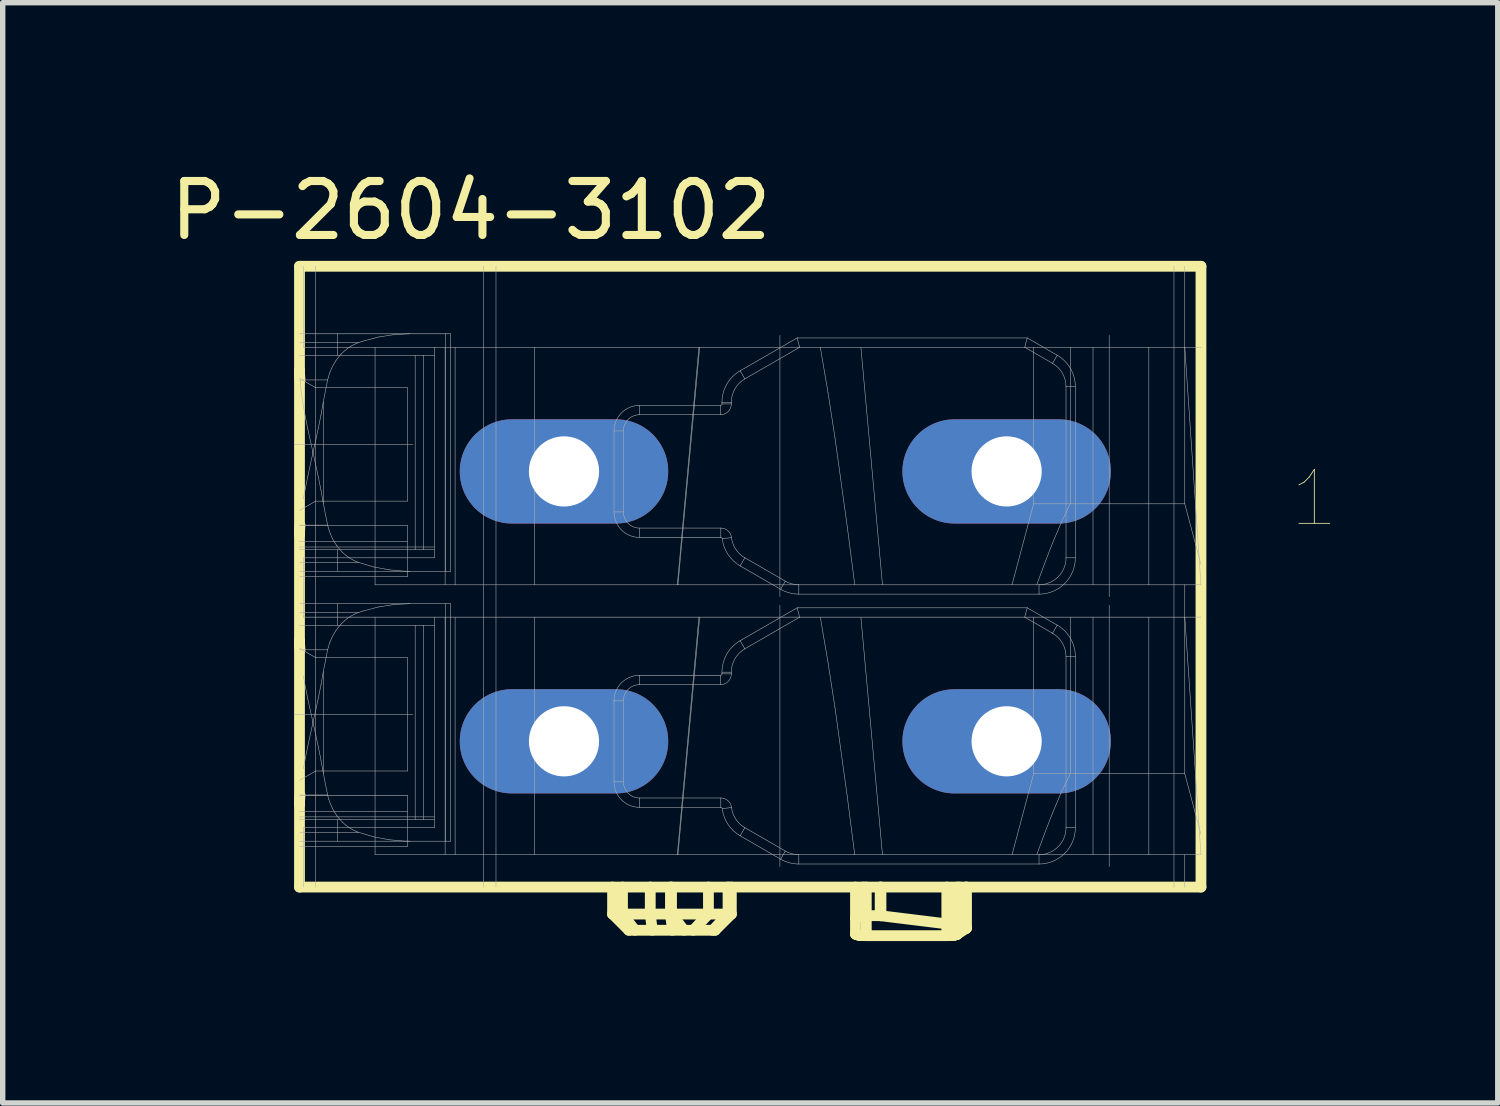
<source format=kicad_pcb>
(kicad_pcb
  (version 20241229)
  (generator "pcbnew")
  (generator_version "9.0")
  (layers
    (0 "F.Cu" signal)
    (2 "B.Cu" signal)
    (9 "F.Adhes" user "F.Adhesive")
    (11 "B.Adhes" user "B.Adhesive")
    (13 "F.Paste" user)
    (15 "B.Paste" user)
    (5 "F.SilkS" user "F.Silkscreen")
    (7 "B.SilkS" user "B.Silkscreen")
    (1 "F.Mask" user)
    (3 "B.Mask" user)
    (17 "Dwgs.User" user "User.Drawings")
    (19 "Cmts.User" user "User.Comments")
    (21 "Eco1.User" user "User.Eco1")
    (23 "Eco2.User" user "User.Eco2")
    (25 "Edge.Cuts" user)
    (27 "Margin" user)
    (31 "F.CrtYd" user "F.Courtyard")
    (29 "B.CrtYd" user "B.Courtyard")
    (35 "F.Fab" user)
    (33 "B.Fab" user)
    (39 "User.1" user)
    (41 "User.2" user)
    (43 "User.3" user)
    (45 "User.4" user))
  (footprint "P-2604-3102"
    (layer "F.Cu")
    (at 15.598 3.383)
    (property "Reference" "P-2604-3102" (at -9.925 -2.535 0) (layer "F.SilkS") (effects (font (size 1 1) (thickness 0.15))))
    (attr through_hole)
    (fp_line (start -13.1 -1.5) (end -13.1 0.433) (stroke (width 0.2) (type solid)) (layer "F.SilkS"))
    (fp_line (start -13.1 0.433) (end -13.1 3.467) (stroke (width 0.2) (type solid)) (layer "F.SilkS"))
    (fp_line (start -13.1 3.467) (end -13.1 5.433) (stroke (width 0.2) (type solid)) (layer "F.SilkS"))
    (fp_line (start -13.1 3.467) (end -13.097 3.383) (stroke (width 0.2) (type solid)) (layer "F.SilkS"))
    (fp_line (start -13.1 3.9) (end -13.03 3.9) (stroke (width 0.01) (type solid)) (layer "F.SilkS"))
    (fp_line (start -13.1 5.433) (end -13.1 8.467) (stroke (width 0.2) (type solid)) (layer "F.SilkS"))
    (fp_line (start -13.1 8.467) (end -13.1 10) (stroke (width 0.2) (type solid)) (layer "F.SilkS"))
    (fp_line (start -13.1 8.467) (end -13.097 8.383) (stroke (width 0.2) (type solid)) (layer "F.SilkS"))
    (fp_line (start -13.1 8.9) (end -13.03 8.9) (stroke (width 0.01) (type solid)) (layer "F.SilkS"))
    (fp_line (start -13.097 0.518) (end -13.1 0.433) (stroke (width 0.2) (type solid)) (layer "F.SilkS"))
    (fp_line (start -13.097 3.383) (end -13.091 3.295) (stroke (width 0.2) (type solid)) (layer "F.SilkS"))
    (fp_line (start -13.097 5.518) (end -13.1 5.433) (stroke (width 0.2) (type solid)) (layer "F.SilkS"))
    (fp_line (start -13.097 8.383) (end -13.091 8.295) (stroke (width 0.2) (type solid)) (layer "F.SilkS"))
    (fp_line (start -13.091 0.605) (end -13.097 0.518) (stroke (width 0.2) (type solid)) (layer "F.SilkS"))
    (fp_line (start -13.091 3.295) (end -13.066 3.054) (stroke (width 0.01) (type solid)) (layer "F.SilkS"))
    (fp_line (start -13.091 5.605) (end -13.097 5.518) (stroke (width 0.2) (type solid)) (layer "F.SilkS"))
    (fp_line (start -13.091 8.295) (end -13.066 8.054) (stroke (width 0.01) (type solid)) (layer "F.SilkS"))
    (fp_line (start -13.066 3.054) (end -13.028 2.81) (stroke (width 0.01) (type solid)) (layer "F.SilkS"))
    (fp_line (start -13.066 8.054) (end -13.028 7.81) (stroke (width 0.01) (type solid)) (layer "F.SilkS"))
    (fp_line (start -13.065 5.847) (end -13.091 5.605) (stroke (width 0.01) (type solid)) (layer "F.SilkS"))
    (fp_line (start -13.03 0) (end -13.1 0) (stroke (width 0.01) (type solid)) (layer "F.SilkS"))
    (fp_line (start -13.03 5) (end -13.1 5) (stroke (width 0.01) (type solid)) (layer "F.SilkS"))
    (fp_line (start -13.028 6.09) (end -13.065 5.847) (stroke (width 0.01) (type solid)) (layer "F.SilkS"))
    (fp_line (start -7.3 10) (end -7.3 10.5) (stroke (width 0.2) (type solid)) (layer "F.SilkS"))
    (fp_line (start -7.3 10.5) (end -7 10.8) (stroke (width 0.2) (type solid)) (layer "F.SilkS"))
    (fp_line (start -7.116 10.5) (end -7.116 10) (stroke (width 0.2) (type solid)) (layer "F.SilkS"))
    (fp_line (start -6.885 10.8) (end -7.116 10.5) (stroke (width 0.2) (type solid)) (layer "F.SilkS"))
    (fp_line (start -6.602 10.5) (end -6.602 10) (stroke (width 0.2) (type solid)) (layer "F.SilkS"))
    (fp_line (start -6.564 10.8) (end -6.602 10.5) (stroke (width 0.2) (type solid)) (layer "F.SilkS"))
    (fp_line (start -6.228 10.5) (end -6.228 10) (stroke (width 0.2) (type solid)) (layer "F.SilkS"))
    (fp_line (start -6.208 10.5) (end -6.208 10) (stroke (width 0.2) (type solid)) (layer "F.SilkS"))
    (fp_line (start -6.19 10.8) (end -6.228 10.5) (stroke (width 0.2) (type solid)) (layer "F.SilkS"))
    (fp_line (start -5.977 10.8) (end -6.208 10.5) (stroke (width 0.2) (type solid)) (layer "F.SilkS"))
    (fp_line (start -5.806 10.8) (end -5.524 10.5) (stroke (width 0.2) (type solid)) (layer "F.SilkS"))
    (fp_line (start -5.524 10.5) (end -5.524 10) (stroke (width 0.2) (type solid)) (layer "F.SilkS"))
    (fp_line (start -5.443 10.8) (end -5.161 10.5) (stroke (width 0.2) (type solid)) (layer "F.SilkS"))
    (fp_line (start -5.4 10.8) (end -7 10.8) (stroke (width 0.2) (type solid)) (layer "F.SilkS"))
    (fp_line (start -5.4 10.8) (end -5.1 10.5) (stroke (width 0.2) (type solid)) (layer "F.SilkS"))
    (fp_line (start -5.161 10.5) (end -5.161 10) (stroke (width 0.2) (type solid)) (layer "F.SilkS"))
    (fp_line (start -5.1 10.5) (end -7.3 10.5) (stroke (width 0.2) (type solid)) (layer "F.SilkS"))
    (fp_line (start -5.1 10.5) (end -5.1 10) (stroke (width 0.2) (type solid)) (layer "F.SilkS"))
    (fp_line (start -2.8 10.575) (end -2.8 10) (stroke (width 0.2) (type solid)) (layer "F.SilkS"))
    (fp_line (start -2.8 10.575) (end -2.799 10.57) (stroke (width 0.2) (type solid)) (layer "F.SilkS"))
    (fp_line (start -2.8 10.865) (end -2.8 10.575) (stroke (width 0.2) (type solid)) (layer "F.SilkS"))
    (fp_line (start -2.799 10.868) (end -2.8 10.865) (stroke (width 0.2) (type solid)) (layer "F.SilkS"))
    (fp_line (start -2.799 10.57) (end -2.795 10.566) (stroke (width 0.2) (type solid)) (layer "F.SilkS"))
    (fp_line (start -2.797 10.871) (end -2.799 10.868) (stroke (width 0.2) (type solid)) (layer "F.SilkS"))
    (fp_line (start -2.795 10.566) (end -2.79 10.561) (stroke (width 0.2) (type solid)) (layer "F.SilkS"))
    (fp_line (start -2.793 10.874) (end -2.797 10.871) (stroke (width 0.2) (type solid)) (layer "F.SilkS"))
    (fp_line (start -2.79 10.561) (end -2.782 10.557) (stroke (width 0.2) (type solid)) (layer "F.SilkS"))
    (fp_line (start -2.788 10.877) (end -2.793 10.874) (stroke (width 0.2) (type solid)) (layer "F.SilkS"))
    (fp_line (start -2.782 10.557) (end -2.772 10.553) (stroke (width 0.2) (type solid)) (layer "F.SilkS"))
    (fp_line (start -2.781 10.88) (end -2.788 10.877) (stroke (width 0.2) (type solid)) (layer "F.SilkS"))
    (fp_line (start -2.773 10.882) (end -2.781 10.88) (stroke (width 0.2) (type solid)) (layer "F.SilkS"))
    (fp_line (start -2.772 10.553) (end -2.76 10.548) (stroke (width 0.2) (type solid)) (layer "F.SilkS"))
    (fp_line (start -2.764 10.885) (end -2.773 10.882) (stroke (width 0.2) (type solid)) (layer "F.SilkS"))
    (fp_line (start -2.76 10.548) (end -2.746 10.544) (stroke (width 0.2) (type solid)) (layer "F.SilkS"))
    (fp_line (start -2.753 10.887) (end -2.764 10.885) (stroke (width 0.2) (type solid)) (layer "F.SilkS"))
    (fp_line (start -2.746 10.544) (end -2.73 10.541) (stroke (width 0.2) (type solid)) (layer "F.SilkS"))
    (fp_line (start -2.741 10.89) (end -2.753 10.887) (stroke (width 0.2) (type solid)) (layer "F.SilkS"))
    (fp_line (start -2.73 10.541) (end -2.712 10.537) (stroke (width 0.2) (type solid)) (layer "F.SilkS"))
    (fp_line (start -2.729 10.892) (end -2.741 10.89) (stroke (width 0.2) (type solid)) (layer "F.SilkS"))
    (fp_line (start -2.715 10.894) (end -2.729 10.892) (stroke (width 0.2) (type solid)) (layer "F.SilkS"))
    (fp_line (start -2.712 10.537) (end -2.693 10.534) (stroke (width 0.2) (type solid)) (layer "F.SilkS"))
    (fp_line (start -2.7 10.895) (end -2.715 10.894) (stroke (width 0.2) (type solid)) (layer "F.SilkS"))
    (fp_line (start -2.693 10.534) (end -2.672 10.531) (stroke (width 0.2) (type solid)) (layer "F.SilkS"))
    (fp_line (start -2.685 10.897) (end -2.7 10.895) (stroke (width 0.2) (type solid)) (layer "F.SilkS"))
    (fp_line (start -2.672 10.531) (end -2.657 10.53) (stroke (width 0.2) (type solid)) (layer "F.SilkS"))
    (fp_line (start -2.668 10.898) (end -2.685 10.897) (stroke (width 0.2) (type solid)) (layer "F.SilkS"))
    (fp_line (start -2.657 10.53) (end -2.657 10) (stroke (width 0.2) (type solid)) (layer "F.SilkS"))
    (fp_line (start -2.657 10.53) (end -2.343 10.53) (stroke (width 0.2) (type solid)) (layer "F.SilkS"))
    (fp_line (start -2.652 10.899) (end -2.668 10.898) (stroke (width 0.2) (type solid)) (layer "F.SilkS"))
    (fp_line (start -2.635 10.899) (end -2.652 10.899) (stroke (width 0.2) (type solid)) (layer "F.SilkS"))
    (fp_line (start -2.617 10.9) (end -2.635 10.899) (stroke (width 0.2) (type solid)) (layer "F.SilkS"))
    (fp_line (start -2.6 10.9) (end -2.617 10.9) (stroke (width 0.2) (type solid)) (layer "F.SilkS"))
    (fp_line (start -2.6 10.9) (end -2.6 10) (stroke (width 0.2) (type solid)) (layer "F.SilkS"))
    (fp_line (start -2.6 10.9) (end -1.108 10.9) (stroke (width 0.2) (type solid)) (layer "F.SilkS"))
    (fp_line (start -2.343 10) (end -2.343 10.53) (stroke (width 0.2) (type solid)) (layer "F.SilkS"))
    (fp_line (start -2.343 10.53) (end -0.872 10.711) (stroke (width 0.2) (type solid)) (layer "F.SilkS"))
    (fp_line (start -2.328 10.531) (end -2.328 10) (stroke (width 0.2) (type solid)) (layer "F.SilkS"))
    (fp_line (start -1.108 10.9) (end -1.108 10) (stroke (width 0.2) (type solid)) (layer "F.SilkS"))
    (fp_line (start -1.091 10.9) (end -1.108 10.9) (stroke (width 0.2) (type solid)) (layer "F.SilkS"))
    (fp_line (start -1.073 10.899) (end -1.091 10.9) (stroke (width 0.2) (type solid)) (layer "F.SilkS"))
    (fp_line (start -1.056 10.899) (end -1.073 10.899) (stroke (width 0.2) (type solid)) (layer "F.SilkS"))
    (fp_line (start -1.04 10.898) (end -1.056 10.899) (stroke (width 0.2) (type solid)) (layer "F.SilkS"))
    (fp_line (start -1.023 10.897) (end -1.04 10.898) (stroke (width 0.2) (type solid)) (layer "F.SilkS"))
    (fp_line (start -1.008 10.895) (end -1.023 10.897) (stroke (width 0.2) (type solid)) (layer "F.SilkS"))
    (fp_line (start -0.993 10.894) (end -1.008 10.895) (stroke (width 0.2) (type solid)) (layer "F.SilkS"))
    (fp_line (start -0.979 10.892) (end -0.993 10.894) (stroke (width 0.2) (type solid)) (layer "F.SilkS"))
    (fp_line (start -0.967 10.89) (end -0.979 10.892) (stroke (width 0.2) (type solid)) (layer "F.SilkS"))
    (fp_line (start -0.955 10.887) (end -0.967 10.89) (stroke (width 0.2) (type solid)) (layer "F.SilkS"))
    (fp_line (start -0.944 10.885) (end -0.955 10.887) (stroke (width 0.2) (type solid)) (layer "F.SilkS"))
    (fp_line (start -0.935 10.882) (end -0.944 10.885) (stroke (width 0.2) (type solid)) (layer "F.SilkS"))
    (fp_line (start -0.927 10.88) (end -0.935 10.882) (stroke (width 0.2) (type solid)) (layer "F.SilkS"))
    (fp_line (start -0.92 10.877) (end -0.927 10.88) (stroke (width 0.2) (type solid)) (layer "F.SilkS"))
    (fp_line (start -0.915 10.874) (end -0.92 10.877) (stroke (width 0.2) (type solid)) (layer "F.SilkS"))
    (fp_line (start -0.915 10.874) (end -0.915 10) (stroke (width 0.2) (type solid)) (layer "F.SilkS"))
    (fp_line (start -0.872 10.711) (end -0.872 10) (stroke (width 0.2) (type solid)) (layer "F.SilkS"))
    (fp_line (start -0.872 10.711) (end -0.851 10.714) (stroke (width 0.2) (type solid)) (layer "F.SilkS"))
    (fp_line (start -0.851 10.714) (end -0.832 10.717) (stroke (width 0.2) (type solid)) (layer "F.SilkS"))
    (fp_line (start -0.832 10.717) (end -0.814 10.721) (stroke (width 0.2) (type solid)) (layer "F.SilkS"))
    (fp_line (start -0.814 10.721) (end -0.798 10.724) (stroke (width 0.2) (type solid)) (layer "F.SilkS"))
    (fp_line (start -0.798 10.724) (end -0.784 10.728) (stroke (width 0.2) (type solid)) (layer "F.SilkS"))
    (fp_line (start -0.784 10.728) (end -0.772 10.732) (stroke (width 0.2) (type solid)) (layer "F.SilkS"))
    (fp_line (start -0.772 10.732) (end -0.762 10.736) (stroke (width 0.2) (type solid)) (layer "F.SilkS"))
    (fp_line (start -0.762 10.736) (end -0.754 10.741) (stroke (width 0.2) (type solid)) (layer "F.SilkS"))
    (fp_line (start -0.754 10.741) (end -0.754 10) (stroke (width 0.2) (type solid)) (layer "F.SilkS"))
    (fp_line (start -0.754 10.741) (end -0.749 10.745) (stroke (width 0.2) (type solid)) (layer "F.SilkS"))
    (fp_line (start -0.754 10.768) (end -0.915 10.874) (stroke (width 0.2) (type solid)) (layer "F.SilkS"))
    (fp_line (start -0.754 10.768) (end -0.754 10.741) (stroke (width 0.2) (type solid)) (layer "F.SilkS"))
    (fp_line (start -0.749 10.745) (end -0.745 10.75) (stroke (width 0.2) (type solid)) (layer "F.SilkS"))
    (fp_line (start -0.749 10.764) (end -0.754 10.768) (stroke (width 0.2) (type solid)) (layer "F.SilkS"))
    (fp_line (start -0.745 10.75) (end -0.744 10.755) (stroke (width 0.2) (type solid)) (layer "F.SilkS"))
    (fp_line (start -0.745 10.759) (end -0.749 10.764) (stroke (width 0.2) (type solid)) (layer "F.SilkS"))
    (fp_line (start -0.744 10.755) (end -0.745 10.759) (stroke (width 0.2) (type solid)) (layer "F.SilkS"))
    (fp_line (start -0.744 10.755) (end -0.744 10) (stroke (width 0.2) (type solid)) (layer "F.SilkS"))
    (fp_line (start 3.6 -1.5) (end -13.1 -1.5) (stroke (width 0.2) (type solid)) (layer "F.SilkS"))
    (fp_line (start 3.6 10) (end -13.1 10) (stroke (width 0.2) (type solid)) (layer "F.SilkS"))
    (fp_line (start 3.6 10) (end 3.6 -1.5) (stroke (width 0.2) (type solid)) (layer "F.SilkS"))
    (fp_line (start -13.2 1.8) (end -11 1.8) (stroke (width 0.01) (type solid)) (layer "F.Fab"))
    (fp_line (start -13.2 6.8) (end -11 6.8) (stroke (width 0.01) (type solid)) (layer "F.Fab"))
    (fp_line (start -13.1 3.023) (end -12.8 2.85) (stroke (width 0.01) (type solid)) (layer "F.Fab"))
    (fp_line (start -13.1 4.15) (end -11.055 4.15) (stroke (width 0.01) (type solid)) (layer "F.Fab"))
    (fp_line (start -13.1 8.023) (end -12.8 7.85) (stroke (width 0.01) (type solid)) (layer "F.Fab"))
    (fp_line (start -13.1 9.15) (end -11.055 9.15) (stroke (width 0.01) (type solid)) (layer "F.Fab"))
    (fp_line (start -13.065 0.847) (end -13.091 0.605) (stroke (width 0.01) (type solid)) (layer "F.Fab"))
    (fp_line (start -13.03 0) (end -13.03 -1.5) (stroke (width 0.01) (type solid)) (layer "F.Fab"))
    (fp_line (start -13.03 3.9) (end -10.6 3.9) (stroke (width 0.01) (type solid)) (layer "F.Fab"))
    (fp_line (start -13.03 5) (end -13.03 3.9) (stroke (width 0.01) (type solid)) (layer "F.Fab"))
    (fp_line (start -13.03 8.9) (end -10.6 8.9) (stroke (width 0.01) (type solid)) (layer "F.Fab"))
    (fp_line (start -13.03 10) (end -13.03 8.9) (stroke (width 0.01) (type solid)) (layer "F.Fab"))
    (fp_line (start -13.028 1.09) (end -13.065 0.847) (stroke (width 0.01) (type solid)) (layer "F.Fab"))
    (fp_line (start -13.028 2.81) (end -12.989 2.6) (stroke (width 0.01) (type solid)) (layer "F.Fab"))
    (fp_line (start -13.028 7.81) (end -12.989 7.6) (stroke (width 0.01) (type solid)) (layer "F.Fab"))
    (fp_line (start -12.989 2.6) (end -12.946 2.389) (stroke (width 0.01) (type solid)) (layer "F.Fab"))
    (fp_line (start -12.989 7.6) (end -12.946 7.389) (stroke (width 0.01) (type solid)) (layer "F.Fab"))
    (fp_line (start -12.989 1.302) (end -13.028 1.09) (stroke (width 0.01) (type solid)) (layer "F.Fab"))
    (fp_line (start -12.989 6.302) (end -13.028 6.09) (stroke (width 0.01) (type solid)) (layer "F.Fab"))
    (fp_line (start -12.946 2.389) (end -12.853 1.964) (stroke (width 0.01) (type solid)) (layer "F.Fab"))
    (fp_line (start -12.946 7.389) (end -12.853 6.964) (stroke (width 0.01) (type solid)) (layer "F.Fab"))
    (fp_line (start -12.946 1.514) (end -12.989 1.302) (stroke (width 0.01) (type solid)) (layer "F.Fab"))
    (fp_line (start -12.946 6.514) (end -12.989 6.302) (stroke (width 0.01) (type solid)) (layer "F.Fab"))
    (fp_line (start -12.853 1.936) (end -12.946 1.514) (stroke (width 0.01) (type solid)) (layer "F.Fab"))
    (fp_line (start -12.853 1.964) (end -12.85 1.95) (stroke (width 0.01) (type solid)) (layer "F.Fab"))
    (fp_line (start -12.853 6.936) (end -12.946 6.514) (stroke (width 0.01) (type solid)) (layer "F.Fab"))
    (fp_line (start -12.853 6.964) (end -12.85 6.95) (stroke (width 0.01) (type solid)) (layer "F.Fab"))
    (fp_line (start -12.85 1.95) (end -12.853 1.936) (stroke (width 0.01) (type solid)) (layer "F.Fab"))
    (fp_line (start -12.85 1.95) (end -12.847 1.964) (stroke (width 0.01) (type solid)) (layer "F.Fab"))
    (fp_line (start -12.85 6.95) (end -12.853 6.936) (stroke (width 0.01) (type solid)) (layer "F.Fab"))
    (fp_line (start -12.85 6.95) (end -12.847 6.964) (stroke (width 0.01) (type solid)) (layer "F.Fab"))
    (fp_line (start -12.847 1.936) (end -12.85 1.95) (stroke (width 0.01) (type solid)) (layer "F.Fab"))
    (fp_line (start -12.847 1.964) (end -12.798 2.184) (stroke (width 0.01) (type solid)) (layer "F.Fab"))
    (fp_line (start -12.847 6.936) (end -12.85 6.95) (stroke (width 0.01) (type solid)) (layer "F.Fab"))
    (fp_line (start -12.847 6.964) (end -12.798 7.184) (stroke (width 0.01) (type solid)) (layer "F.Fab"))
    (fp_line (start -12.8 0.75) (end -13.1 0.577) (stroke (width 0.01) (type solid)) (layer "F.Fab"))
    (fp_line (start -12.8 0.75) (end -12.8 -1.5) (stroke (width 0.01) (type solid)) (layer "F.Fab"))
    (fp_line (start -12.8 2.85) (end -12.8 0.75) (stroke (width 0.01) (type solid)) (layer "F.Fab"))
    (fp_line (start -12.8 2.85) (end -11.1 2.85) (stroke (width 0.01) (type solid)) (layer "F.Fab"))
    (fp_line (start -12.8 5.75) (end -13.1 5.577) (stroke (width 0.01) (type solid)) (layer "F.Fab"))
    (fp_line (start -12.8 5.75) (end -12.8 2.85) (stroke (width 0.01) (type solid)) (layer "F.Fab"))
    (fp_line (start -12.8 7.85) (end -12.8 5.75) (stroke (width 0.01) (type solid)) (layer "F.Fab"))
    (fp_line (start -12.8 7.85) (end -11.1 7.85) (stroke (width 0.01) (type solid)) (layer "F.Fab"))
    (fp_line (start -12.8 10) (end -12.8 7.85) (stroke (width 0.01) (type solid)) (layer "F.Fab"))
    (fp_line (start -12.798 1.716) (end -12.847 1.936) (stroke (width 0.01) (type solid)) (layer "F.Fab"))
    (fp_line (start -12.798 2.184) (end -12.751 2.403) (stroke (width 0.01) (type solid)) (layer "F.Fab"))
    (fp_line (start -12.798 6.716) (end -12.847 6.936) (stroke (width 0.01) (type solid)) (layer "F.Fab"))
    (fp_line (start -12.798 7.184) (end -12.751 7.403) (stroke (width 0.01) (type solid)) (layer "F.Fab"))
    (fp_line (start -12.751 1.497) (end -12.798 1.716) (stroke (width 0.01) (type solid)) (layer "F.Fab"))
    (fp_line (start -12.751 2.403) (end -12.702 2.647) (stroke (width 0.01) (type solid)) (layer "F.Fab"))
    (fp_line (start -12.751 6.497) (end -12.798 6.716) (stroke (width 0.01) (type solid)) (layer "F.Fab"))
    (fp_line (start -12.751 7.403) (end -12.702 7.647) (stroke (width 0.01) (type solid)) (layer "F.Fab"))
    (fp_line (start -12.702 2.647) (end -12.659 2.891) (stroke (width 0.01) (type solid)) (layer "F.Fab"))
    (fp_line (start -12.702 7.647) (end -12.659 7.891) (stroke (width 0.01) (type solid)) (layer "F.Fab"))
    (fp_line (start -12.701 1.252) (end -12.751 1.497) (stroke (width 0.01) (type solid)) (layer "F.Fab"))
    (fp_line (start -12.701 6.252) (end -12.751 6.497) (stroke (width 0.01) (type solid)) (layer "F.Fab"))
    (fp_line (start -12.659 1.009) (end -12.701 1.252) (stroke (width 0.01) (type solid)) (layer "F.Fab"))
    (fp_line (start -12.659 2.891) (end -12.659 1.009) (stroke (width 0.01) (type solid)) (layer "F.Fab"))
    (fp_line (start -12.659 2.891) (end -12.579 3.295) (stroke (width 0.01) (type solid)) (layer "F.Fab"))
    (fp_line (start -12.659 6.009) (end -12.701 6.252) (stroke (width 0.01) (type solid)) (layer "F.Fab"))
    (fp_line (start -12.659 7.891) (end -12.659 6.009) (stroke (width 0.01) (type solid)) (layer "F.Fab"))
    (fp_line (start -12.659 7.891) (end -12.579 8.295) (stroke (width 0.01) (type solid)) (layer "F.Fab"))
    (fp_line (start -12.579 0.605) (end -13.091 0.605) (stroke (width 0.01) (type solid)) (layer "F.Fab"))
    (fp_line (start -12.579 0.605) (end -12.659 1.009) (stroke (width 0.01) (type solid)) (layer "F.Fab"))
    (fp_line (start -12.579 3.295) (end -13.091 3.295) (stroke (width 0.01) (type solid)) (layer "F.Fab"))
    (fp_line (start -12.579 3.295) (end -12.556 3.378) (stroke (width 0.01) (type solid)) (layer "F.Fab"))
    (fp_line (start -12.579 5.605) (end -13.091 5.605) (stroke (width 0.01) (type solid)) (layer "F.Fab"))
    (fp_line (start -12.579 5.605) (end -12.659 6.009) (stroke (width 0.01) (type solid)) (layer "F.Fab"))
    (fp_line (start -12.579 8.295) (end -13.091 8.295) (stroke (width 0.01) (type solid)) (layer "F.Fab"))
    (fp_line (start -12.579 8.295) (end -12.556 8.378) (stroke (width 0.01) (type solid)) (layer "F.Fab"))
    (fp_line (start -12.566 0.556) (end -12.579 0.605) (stroke (width 0.01) (type solid)) (layer "F.Fab"))
    (fp_line (start -12.566 5.556) (end -12.579 5.605) (stroke (width 0.01) (type solid)) (layer "F.Fab"))
    (fp_line (start -12.556 3.378) (end -12.527 3.459) (stroke (width 0.01) (type solid)) (layer "F.Fab"))
    (fp_line (start -12.556 8.378) (end -12.527 8.459) (stroke (width 0.01) (type solid)) (layer "F.Fab"))
    (fp_line (start -12.54 0.475) (end -12.566 0.556) (stroke (width 0.01) (type solid)) (layer "F.Fab"))
    (fp_line (start -12.54 5.475) (end -12.566 5.556) (stroke (width 0.01) (type solid)) (layer "F.Fab"))
    (fp_line (start -12.527 3.459) (end -12.493 3.536) (stroke (width 0.01) (type solid)) (layer "F.Fab"))
    (fp_line (start -12.527 8.459) (end -12.493 8.536) (stroke (width 0.01) (type solid)) (layer "F.Fab"))
    (fp_line (start -12.508 0.397) (end -12.54 0.475) (stroke (width 0.01) (type solid)) (layer "F.Fab"))
    (fp_line (start -12.508 5.397) (end -12.54 5.475) (stroke (width 0.01) (type solid)) (layer "F.Fab"))
    (fp_line (start -12.493 3.536) (end -12.453 3.609) (stroke (width 0.01) (type solid)) (layer "F.Fab"))
    (fp_line (start -12.493 8.536) (end -12.453 8.609) (stroke (width 0.01) (type solid)) (layer "F.Fab"))
    (fp_line (start -12.47 0.322) (end -12.508 0.397) (stroke (width 0.01) (type solid)) (layer "F.Fab"))
    (fp_line (start -12.47 5.322) (end -12.508 5.397) (stroke (width 0.01) (type solid)) (layer "F.Fab"))
    (fp_line (start -12.453 3.609) (end -12.408 3.677) (stroke (width 0.01) (type solid)) (layer "F.Fab"))
    (fp_line (start -12.453 8.609) (end -12.408 8.677) (stroke (width 0.01) (type solid)) (layer "F.Fab"))
    (fp_line (start -12.427 0.251) (end -12.47 0.322) (stroke (width 0.01) (type solid)) (layer "F.Fab"))
    (fp_line (start -12.427 5.251) (end -12.47 5.322) (stroke (width 0.01) (type solid)) (layer "F.Fab"))
    (fp_line (start -12.408 3.677) (end -12.357 3.741) (stroke (width 0.01) (type solid)) (layer "F.Fab"))
    (fp_line (start -12.408 8.677) (end -12.357 8.741) (stroke (width 0.01) (type solid)) (layer "F.Fab"))
    (fp_line (start -12.394 0.15) (end -12.394 -0.25) (stroke (width 0.01) (type solid)) (layer "F.Fab"))
    (fp_line (start -12.394 4.15) (end -12.394 3.75) (stroke (width 0.01) (type solid)) (layer "F.Fab"))
    (fp_line (start -12.394 5.15) (end -12.394 4.75) (stroke (width 0.01) (type solid)) (layer "F.Fab"))
    (fp_line (start -12.394 9.15) (end -12.394 8.75) (stroke (width 0.01) (type solid)) (layer "F.Fab"))
    (fp_line (start -12.379 0.185) (end -12.427 0.251) (stroke (width 0.01) (type solid)) (layer "F.Fab"))
    (fp_line (start -12.379 5.185) (end -12.427 5.251) (stroke (width 0.01) (type solid)) (layer "F.Fab"))
    (fp_line (start -12.357 3.741) (end -12.303 3.799) (stroke (width 0.01) (type solid)) (layer "F.Fab"))
    (fp_line (start -12.357 8.741) (end -12.303 8.799) (stroke (width 0.01) (type solid)) (layer "F.Fab"))
    (fp_line (start -12.327 0.125) (end -12.379 0.185) (stroke (width 0.01) (type solid)) (layer "F.Fab"))
    (fp_line (start -12.327 5.125) (end -12.379 5.185) (stroke (width 0.01) (type solid)) (layer "F.Fab"))
    (fp_line (start -12.303 3.799) (end -12.245 3.852) (stroke (width 0.01) (type solid)) (layer "F.Fab"))
    (fp_line (start -12.303 8.799) (end -12.245 8.852) (stroke (width 0.01) (type solid)) (layer "F.Fab"))
    (fp_line (start -12.27 0.07) (end -12.327 0.125) (stroke (width 0.01) (type solid)) (layer "F.Fab"))
    (fp_line (start -12.27 5.07) (end -12.327 5.125) (stroke (width 0.01) (type solid)) (layer "F.Fab"))
    (fp_line (start -12.245 3.852) (end -12.182 3.898) (stroke (width 0.01) (type solid)) (layer "F.Fab"))
    (fp_line (start -12.245 8.852) (end -12.182 8.898) (stroke (width 0.01) (type solid)) (layer "F.Fab"))
    (fp_line (start -12.209 0.021) (end -12.27 0.07) (stroke (width 0.01) (type solid)) (layer "F.Fab"))
    (fp_line (start -12.209 5.021) (end -12.27 5.07) (stroke (width 0.01) (type solid)) (layer "F.Fab"))
    (fp_line (start -12.182 3.898) (end -12.117 3.937) (stroke (width 0.01) (type solid)) (layer "F.Fab"))
    (fp_line (start -12.182 8.898) (end -12.117 8.937) (stroke (width 0.01) (type solid)) (layer "F.Fab"))
    (fp_line (start -12.145 -0.021) (end -12.209 0.021) (stroke (width 0.01) (type solid)) (layer "F.Fab"))
    (fp_line (start -12.145 4.979) (end -12.209 5.021) (stroke (width 0.01) (type solid)) (layer "F.Fab"))
    (fp_line (start -12.117 3.937) (end -12.049 3.97) (stroke (width 0.01) (type solid)) (layer "F.Fab"))
    (fp_line (start -12.117 8.937) (end -12.049 8.97) (stroke (width 0.01) (type solid)) (layer "F.Fab"))
    (fp_line (start -12.078 -0.057) (end -12.145 -0.021) (stroke (width 0.01) (type solid)) (layer "F.Fab"))
    (fp_line (start -12.078 4.943) (end -12.145 4.979) (stroke (width 0.01) (type solid)) (layer "F.Fab"))
    (fp_line (start -12.049 3.97) (end -12.009 3.985) (stroke (width 0.01) (type solid)) (layer "F.Fab"))
    (fp_line (start -12.049 8.97) (end -12.009 8.985) (stroke (width 0.01) (type solid)) (layer "F.Fab"))
    (fp_line (start -12.009 -0.085) (end -13.1 -0.085) (stroke (width 0.01) (type solid)) (layer "F.Fab"))
    (fp_line (start -12.009 -0.085) (end -12.078 -0.057) (stroke (width 0.01) (type solid)) (layer "F.Fab"))
    (fp_line (start -12.009 3.985) (end -13.1 3.985) (stroke (width 0.01) (type solid)) (layer "F.Fab"))
    (fp_line (start -12.009 3.985) (end -11.725 4.07) (stroke (width 0.01) (type solid)) (layer "F.Fab"))
    (fp_line (start -12.009 4.915) (end -13.1 4.915) (stroke (width 0.01) (type solid)) (layer "F.Fab"))
    (fp_line (start -12.009 4.915) (end -12.078 4.943) (stroke (width 0.01) (type solid)) (layer "F.Fab"))
    (fp_line (start -12.009 8.985) (end -13.1 8.985) (stroke (width 0.01) (type solid)) (layer "F.Fab"))
    (fp_line (start -12.009 8.985) (end -11.725 9.07) (stroke (width 0.01) (type solid)) (layer "F.Fab"))
    (fp_line (start -11.924 -0.114) (end -12.009 -0.085) (stroke (width 0.01) (type solid)) (layer "F.Fab"))
    (fp_line (start -11.924 4.886) (end -12.009 4.915) (stroke (width 0.01) (type solid)) (layer "F.Fab"))
    (fp_line (start -11.725 4.07) (end -11.436 4.124) (stroke (width 0.01) (type solid)) (layer "F.Fab"))
    (fp_line (start -11.725 9.07) (end -11.436 9.124) (stroke (width 0.01) (type solid)) (layer "F.Fab"))
    (fp_line (start -11.7 4.4) (end -11.7 0) (stroke (width 0.01) (type solid)) (layer "F.Fab"))
    (fp_line (start -11.7 4.4) (end -6.1 4.4) (stroke (width 0.01) (type solid)) (layer "F.Fab"))
    (fp_line (start -11.7 9.4) (end -11.7 5) (stroke (width 0.01) (type solid)) (layer "F.Fab"))
    (fp_line (start -11.7 9.4) (end -6.1 9.4) (stroke (width 0.01) (type solid)) (layer "F.Fab"))
    (fp_line (start -11.638 -0.189) (end -11.924 -0.114) (stroke (width 0.01) (type solid)) (layer "F.Fab"))
    (fp_line (start -11.638 4.811) (end -11.924 4.886) (stroke (width 0.01) (type solid)) (layer "F.Fab"))
    (fp_line (start -11.436 4.124) (end -11.144 4.149) (stroke (width 0.01) (type solid)) (layer "F.Fab"))
    (fp_line (start -11.436 9.124) (end -11.144 9.149) (stroke (width 0.01) (type solid)) (layer "F.Fab"))
    (fp_line (start -11.348 -0.235) (end -11.638 -0.189) (stroke (width 0.01) (type solid)) (layer "F.Fab"))
    (fp_line (start -11.348 4.765) (end -11.638 4.811) (stroke (width 0.01) (type solid)) (layer "F.Fab"))
    (fp_line (start -11.144 4.149) (end -11.055 4.15) (stroke (width 0.01) (type solid)) (layer "F.Fab"))
    (fp_line (start -11.144 9.149) (end -11.055 9.15) (stroke (width 0.01) (type solid)) (layer "F.Fab"))
    (fp_line (start -11.1 0.75) (end -12.8 0.75) (stroke (width 0.01) (type solid)) (layer "F.Fab"))
    (fp_line (start -11.1 2.85) (end -11.1 0.75) (stroke (width 0.01) (type solid)) (layer "F.Fab"))
    (fp_line (start -11.1 3.3) (end -13.1 3.3) (stroke (width 0.01) (type solid)) (layer "F.Fab"))
    (fp_line (start -11.1 3.3) (end -11.1 4.25) (stroke (width 0.01) (type solid)) (layer "F.Fab"))
    (fp_line (start -11.1 3.6) (end -13.1 3.6) (stroke (width 0.01) (type solid)) (layer "F.Fab"))
    (fp_line (start -11.1 4.25) (end -13.1 4.25) (stroke (width 0.01) (type solid)) (layer "F.Fab"))
    (fp_line (start -11.1 5.75) (end -12.8 5.75) (stroke (width 0.01) (type solid)) (layer "F.Fab"))
    (fp_line (start -11.1 7.85) (end -11.1 5.75) (stroke (width 0.01) (type solid)) (layer "F.Fab"))
    (fp_line (start -11.1 8.3) (end -13.1 8.3) (stroke (width 0.01) (type solid)) (layer "F.Fab"))
    (fp_line (start -11.1 8.3) (end -11.1 9.25) (stroke (width 0.01) (type solid)) (layer "F.Fab"))
    (fp_line (start -11.1 8.6) (end -13.1 8.6) (stroke (width 0.01) (type solid)) (layer "F.Fab"))
    (fp_line (start -11.1 9.25) (end -13.1 9.25) (stroke (width 0.01) (type solid)) (layer "F.Fab"))
    (fp_line (start -11.055 -0.25) (end -13.1 -0.25) (stroke (width 0.01) (type solid)) (layer "F.Fab"))
    (fp_line (start -11.055 -0.25) (end -11.348 -0.235) (stroke (width 0.01) (type solid)) (layer "F.Fab"))
    (fp_line (start -11.055 4.15) (end -10.394 4.15) (stroke (width 0.01) (type solid)) (layer "F.Fab"))
    (fp_line (start -11.055 4.75) (end -13.1 4.75) (stroke (width 0.01) (type solid)) (layer "F.Fab"))
    (fp_line (start -11.055 4.75) (end -11.348 4.765) (stroke (width 0.01) (type solid)) (layer "F.Fab"))
    (fp_line (start -11.055 9.15) (end -10.394 9.15) (stroke (width 0.01) (type solid)) (layer "F.Fab"))
    (fp_line (start -10.957 3.75) (end -10.957 0.15) (stroke (width 0.01) (type solid)) (layer "F.Fab"))
    (fp_line (start -10.957 8.75) (end -10.957 5.15) (stroke (width 0.01) (type solid)) (layer "F.Fab"))
    (fp_line (start -10.8 0.15) (end -13.1 0.15) (stroke (width 0.01) (type solid)) (layer "F.Fab"))
    (fp_line (start -10.8 3.75) (end -13.1 3.75) (stroke (width 0.01) (type solid)) (layer "F.Fab"))
    (fp_line (start -10.8 3.75) (end -10.8 0.15) (stroke (width 0.01) (type solid)) (layer "F.Fab"))
    (fp_line (start -10.8 5.15) (end -13.1 5.15) (stroke (width 0.01) (type solid)) (layer "F.Fab"))
    (fp_line (start -10.8 8.75) (end -13.1 8.75) (stroke (width 0.01) (type solid)) (layer "F.Fab"))
    (fp_line (start -10.8 8.75) (end -10.8 5.15) (stroke (width 0.01) (type solid)) (layer "F.Fab"))
    (fp_line (start -10.6 0) (end -13.03 0) (stroke (width 0.01) (type solid)) (layer "F.Fab"))
    (fp_line (start -10.6 0) (end -10.6 3.9) (stroke (width 0.01) (type solid)) (layer "F.Fab"))
    (fp_line (start -10.6 0.15) (end -10.8 0.15) (stroke (width 0.01) (type solid)) (layer "F.Fab"))
    (fp_line (start -10.6 3.7) (end -13.1 3.7) (stroke (width 0.01) (type solid)) (layer "F.Fab"))
    (fp_line (start -10.6 3.75) (end -10.8 3.75) (stroke (width 0.01) (type solid)) (layer "F.Fab"))
    (fp_line (start -10.6 5) (end -13.03 5) (stroke (width 0.01) (type solid)) (layer "F.Fab"))
    (fp_line (start -10.6 5) (end -10.6 8.9) (stroke (width 0.01) (type solid)) (layer "F.Fab"))
    (fp_line (start -10.6 5.15) (end -10.8 5.15) (stroke (width 0.01) (type solid)) (layer "F.Fab"))
    (fp_line (start -10.6 8.7) (end -13.1 8.7) (stroke (width 0.01) (type solid)) (layer "F.Fab"))
    (fp_line (start -10.6 8.75) (end -10.8 8.75) (stroke (width 0.01) (type solid)) (layer "F.Fab"))
    (fp_line (start -10.402 4.4) (end -10.402 0) (stroke (width 0.01) (type solid)) (layer "F.Fab"))
    (fp_line (start -10.402 9.4) (end -10.402 5) (stroke (width 0.01) (type solid)) (layer "F.Fab"))
    (fp_line (start -10.394 -0.25) (end -11.055 -0.25) (stroke (width 0.01) (type solid)) (layer "F.Fab"))
    (fp_line (start -10.394 4.15) (end -10.394 -0.25) (stroke (width 0.01) (type solid)) (layer "F.Fab"))
    (fp_line (start -10.394 4.15) (end -10.3 4.15) (stroke (width 0.01) (type solid)) (layer "F.Fab"))
    (fp_line (start -10.394 4.75) (end -11.055 4.75) (stroke (width 0.01) (type solid)) (layer "F.Fab"))
    (fp_line (start -10.394 9.15) (end -10.394 4.75) (stroke (width 0.01) (type solid)) (layer "F.Fab"))
    (fp_line (start -10.394 9.15) (end -10.3 9.15) (stroke (width 0.01) (type solid)) (layer "F.Fab"))
    (fp_line (start -10.3 -0.25) (end -10.394 -0.25) (stroke (width 0.01) (type solid)) (layer "F.Fab"))
    (fp_line (start -10.3 4.15) (end -10.3 -0.25) (stroke (width 0.01) (type solid)) (layer "F.Fab"))
    (fp_line (start -10.3 4.75) (end -10.394 4.75) (stroke (width 0.01) (type solid)) (layer "F.Fab"))
    (fp_line (start -10.3 9.15) (end -10.3 4.75) (stroke (width 0.01) (type solid)) (layer "F.Fab"))
    (fp_line (start -10.217 4.4) (end -10.217 0) (stroke (width 0.01) (type solid)) (layer "F.Fab"))
    (fp_line (start -10.217 9.4) (end -10.217 5) (stroke (width 0.01) (type solid)) (layer "F.Fab"))
    (fp_line (start -9.69 10) (end -9.69 -1.5) (stroke (width 0.01) (type solid)) (layer "F.Fab"))
    (fp_line (start -9.46 10) (end -9.46 -1.5) (stroke (width 0.01) (type solid)) (layer "F.Fab"))
    (fp_line (start -8.75 4.4) (end -8.75 0) (stroke (width 0.01) (type solid)) (layer "F.Fab"))
    (fp_line (start -8.75 9.4) (end -8.75 5) (stroke (width 0.01) (type solid)) (layer "F.Fab"))
    (fp_line (start -8.6 1.8) (end -8.6 2.8) (stroke (width 0.01) (type solid)) (layer "F.Fab"))
    (fp_line (start -8.6 2.8) (end -7.8 2.8) (stroke (width 0.01) (type solid)) (layer "F.Fab"))
    (fp_line (start -8.6 6.8) (end -8.6 7.8) (stroke (width 0.01) (type solid)) (layer "F.Fab"))
    (fp_line (start -8.6 7.8) (end -7.8 7.8) (stroke (width 0.01) (type solid)) (layer "F.Fab"))
    (fp_line (start -7.8 1.8) (end -8.6 1.8) (stroke (width 0.01) (type solid)) (layer "F.Fab"))
    (fp_line (start -7.8 2.8) (end -7.8 1.8) (stroke (width 0.01) (type solid)) (layer "F.Fab"))
    (fp_line (start -7.8 6.8) (end -8.6 6.8) (stroke (width 0.01) (type solid)) (layer "F.Fab"))
    (fp_line (start -7.8 7.8) (end -7.8 6.8) (stroke (width 0.01) (type solid)) (layer "F.Fab"))
    (fp_line (start -7.273 1.55) (end -7.273 3.05) (stroke (width 0.01) (type solid)) (layer "F.Fab"))
    (fp_line (start -7.273 1.55) (end -7.1 1.55) (stroke (width 0.01) (type solid)) (layer "F.Fab"))
    (fp_line (start -7.273 3.05) (end -7.1 3.05) (stroke (width 0.01) (type solid)) (layer "F.Fab"))
    (fp_line (start -7.273 6.55) (end -7.273 8.05) (stroke (width 0.01) (type solid)) (layer "F.Fab"))
    (fp_line (start -7.273 6.55) (end -7.1 6.55) (stroke (width 0.01) (type solid)) (layer "F.Fab"))
    (fp_line (start -7.273 8.05) (end -7.1 8.05) (stroke (width 0.01) (type solid)) (layer "F.Fab"))
    (fp_line (start -7.1 1.55) (end -7.1 3.05) (stroke (width 0.01) (type solid)) (layer "F.Fab"))
    (fp_line (start -7.1 6.55) (end -7.1 8.05) (stroke (width 0.01) (type solid)) (layer "F.Fab"))
    (fp_line (start -6.8 1.077) (end -6.8 1.25) (stroke (width 0.01) (type solid)) (layer "F.Fab"))
    (fp_line (start -6.8 3.35) (end -5.295 3.35) (stroke (width 0.01) (type solid)) (layer "F.Fab"))
    (fp_line (start -6.8 3.523) (end -6.8 3.35) (stroke (width 0.01) (type solid)) (layer "F.Fab"))
    (fp_line (start -6.8 3.523) (end -5.295 3.523) (stroke (width 0.01) (type solid)) (layer "F.Fab"))
    (fp_line (start -6.8 6.077) (end -6.8 6.25) (stroke (width 0.01) (type solid)) (layer "F.Fab"))
    (fp_line (start -6.8 8.35) (end -5.295 8.35) (stroke (width 0.01) (type solid)) (layer "F.Fab"))
    (fp_line (start -6.8 8.523) (end -6.8 8.35) (stroke (width 0.01) (type solid)) (layer "F.Fab"))
    (fp_line (start -6.8 8.523) (end -5.295 8.523) (stroke (width 0.01) (type solid)) (layer "F.Fab"))
    (fp_line (start -6.1 4.4) (end -6.089 4.4) (stroke (width 0.01) (type solid)) (layer "F.Fab"))
    (fp_line (start -6.1 9.4) (end -6.089 9.4) (stroke (width 0.01) (type solid)) (layer "F.Fab"))
    (fp_line (start -6.089 4.4) (end -3.85 4.4) (stroke (width 0.01) (type solid)) (layer "F.Fab"))
    (fp_line (start -6.089 9.4) (end -3.85 9.4) (stroke (width 0.01) (type solid)) (layer "F.Fab"))
    (fp_line (start -5.7 0) (end -6.1 4.4) (stroke (width 0.01) (type solid)) (layer "F.Fab"))
    (fp_line (start -5.7 5) (end -6.1 9.4) (stroke (width 0.01) (type solid)) (layer "F.Fab"))
    (fp_line (start -5.687 0) (end -6.089 4.4) (stroke (width 0.01) (type solid)) (layer "F.Fab"))
    (fp_line (start -5.687 5) (end -6.089 9.4) (stroke (width 0.01) (type solid)) (layer "F.Fab"))
    (fp_line (start -5.3 1.077) (end -6.8 1.077) (stroke (width 0.01) (type solid)) (layer "F.Fab"))
    (fp_line (start -5.3 1.077) (end -5.3 1.25) (stroke (width 0.01) (type solid)) (layer "F.Fab"))
    (fp_line (start -5.3 1.25) (end -6.8 1.25) (stroke (width 0.01) (type solid)) (layer "F.Fab"))
    (fp_line (start -5.3 6.077) (end -6.8 6.077) (stroke (width 0.01) (type solid)) (layer "F.Fab"))
    (fp_line (start -5.3 6.077) (end -5.3 6.25) (stroke (width 0.01) (type solid)) (layer "F.Fab"))
    (fp_line (start -5.3 6.25) (end -6.8 6.25) (stroke (width 0.01) (type solid)) (layer "F.Fab"))
    (fp_line (start -5.295 3.523) (end -5.295 3.35) (stroke (width 0.01) (type solid)) (layer "F.Fab"))
    (fp_line (start -5.295 8.523) (end -5.295 8.35) (stroke (width 0.01) (type solid)) (layer "F.Fab"))
    (fp_line (start -5.273 1.019) (end -5.273 1.05) (stroke (width 0.01) (type solid)) (layer "F.Fab"))
    (fp_line (start -5.273 1.019) (end -5.1 1.019) (stroke (width 0.01) (type solid)) (layer "F.Fab"))
    (fp_line (start -5.273 1.05) (end -5.1 1.05) (stroke (width 0.01) (type solid)) (layer "F.Fab"))
    (fp_line (start -5.273 6.019) (end -5.273 6.05) (stroke (width 0.01) (type solid)) (layer "F.Fab"))
    (fp_line (start -5.273 6.019) (end -5.1 6.019) (stroke (width 0.01) (type solid)) (layer "F.Fab"))
    (fp_line (start -5.273 6.05) (end -5.1 6.05) (stroke (width 0.01) (type solid)) (layer "F.Fab"))
    (fp_line (start -5.268 3.547) (end -5.096 3.526) (stroke (width 0.01) (type solid)) (layer "F.Fab"))
    (fp_line (start -5.268 8.547) (end -5.096 8.526) (stroke (width 0.01) (type solid)) (layer "F.Fab"))
    (fp_line (start -5.1 1.019) (end -5.1 1.05) (stroke (width 0.01) (type solid)) (layer "F.Fab"))
    (fp_line (start -5.1 6.019) (end -5.1 6.05) (stroke (width 0.01) (type solid)) (layer "F.Fab"))
    (fp_line (start -4.937 0.436) (end -4.85 0.586) (stroke (width 0.01) (type solid)) (layer "F.Fab"))
    (fp_line (start -4.937 4.05) (end -4.85 3.9) (stroke (width 0.01) (type solid)) (layer "F.Fab"))
    (fp_line (start -4.937 4.05) (end -4.187 4.483) (stroke (width 0.01) (type solid)) (layer "F.Fab"))
    (fp_line (start -4.937 5.436) (end -4.85 5.586) (stroke (width 0.01) (type solid)) (layer "F.Fab"))
    (fp_line (start -4.937 9.05) (end -4.85 8.9) (stroke (width 0.01) (type solid)) (layer "F.Fab"))
    (fp_line (start -4.937 9.05) (end -4.187 9.483) (stroke (width 0.01) (type solid)) (layer "F.Fab"))
    (fp_line (start -4.85 3.9) (end -4.1 4.333) (stroke (width 0.01) (type solid)) (layer "F.Fab"))
    (fp_line (start -4.85 8.9) (end -4.1 9.333) (stroke (width 0.01) (type solid)) (layer "F.Fab"))
    (fp_line (start -4.2 4.62) (end -4.2 -0.22) (stroke (width 0.01) (type solid)) (layer "F.Fab"))
    (fp_line (start -4.2 9.62) (end -4.2 4.78) (stroke (width 0.01) (type solid)) (layer "F.Fab"))
    (fp_line (start -4.187 4.483) (end -4.1 4.333) (stroke (width 0.01) (type solid)) (layer "F.Fab"))
    (fp_line (start -4.187 9.483) (end -4.1 9.333) (stroke (width 0.01) (type solid)) (layer "F.Fab"))
    (fp_line (start -3.881 -0.173) (end -4.937 0.436) (stroke (width 0.01) (type solid)) (layer "F.Fab"))
    (fp_line (start -3.881 -0.173) (end -3.835 0) (stroke (width 0.01) (type solid)) (layer "F.Fab"))
    (fp_line (start -3.881 4.827) (end -4.937 5.436) (stroke (width 0.01) (type solid)) (layer "F.Fab"))
    (fp_line (start -3.881 4.827) (end -3.835 5) (stroke (width 0.01) (type solid)) (layer "F.Fab"))
    (fp_line (start -3.85 4.4) (end 0.6 4.4) (stroke (width 0.01) (type solid)) (layer "F.Fab"))
    (fp_line (start -3.85 4.573) (end -3.85 4.4) (stroke (width 0.01) (type solid)) (layer "F.Fab"))
    (fp_line (start -3.85 4.573) (end 0.6 4.573) (stroke (width 0.01) (type solid)) (layer "F.Fab"))
    (fp_line (start -3.85 9.4) (end 0.6 9.4) (stroke (width 0.01) (type solid)) (layer "F.Fab"))
    (fp_line (start -3.85 9.573) (end -3.85 9.4) (stroke (width 0.01) (type solid)) (layer "F.Fab"))
    (fp_line (start -3.85 9.573) (end 0.6 9.573) (stroke (width 0.01) (type solid)) (layer "F.Fab"))
    (fp_line (start -3.835 0) (end -10.6 0) (stroke (width 0.01) (type solid)) (layer "F.Fab"))
    (fp_line (start -3.835 0) (end -4.85 0.586) (stroke (width 0.01) (type solid)) (layer "F.Fab"))
    (fp_line (start -3.835 5) (end -10.6 5) (stroke (width 0.01) (type solid)) (layer "F.Fab"))
    (fp_line (start -3.835 5) (end -4.85 5.586) (stroke (width 0.01) (type solid)) (layer "F.Fab"))
    (fp_line (start -3.31 0.833) (end -3.452 0) (stroke (width 0.01) (type solid)) (layer "F.Fab"))
    (fp_line (start -3.31 5.833) (end -3.452 5) (stroke (width 0.01) (type solid)) (layer "F.Fab"))
    (fp_line (start -3.181 1.668) (end -3.31 0.833) (stroke (width 0.01) (type solid)) (layer "F.Fab"))
    (fp_line (start -3.181 6.668) (end -3.31 5.833) (stroke (width 0.01) (type solid)) (layer "F.Fab"))
    (fp_line (start -2.95 3.34) (end -3.181 1.668) (stroke (width 0.01) (type solid)) (layer "F.Fab"))
    (fp_line (start -2.95 8.34) (end -3.181 6.668) (stroke (width 0.01) (type solid)) (layer "F.Fab"))
    (fp_line (start -2.814 4.4) (end -2.95 3.34) (stroke (width 0.01) (type solid)) (layer "F.Fab"))
    (fp_line (start -2.814 9.4) (end -2.95 8.34) (stroke (width 0.01) (type solid)) (layer "F.Fab"))
    (fp_line (start -2.3 4.4) (end -2.7 0) (stroke (width 0.01) (type solid)) (layer "F.Fab"))
    (fp_line (start -2.3 9.4) (end -2.7 5) (stroke (width 0.01) (type solid)) (layer "F.Fab"))
    (fp_line (start -0.4 1.8) (end -0.4 2.8) (stroke (width 0.01) (type solid)) (layer "F.Fab"))
    (fp_line (start -0.4 2.8) (end 0.4 2.8) (stroke (width 0.01) (type solid)) (layer "F.Fab"))
    (fp_line (start -0.4 6.8) (end -0.4 7.8) (stroke (width 0.01) (type solid)) (layer "F.Fab"))
    (fp_line (start -0.4 7.8) (end 0.4 7.8) (stroke (width 0.01) (type solid)) (layer "F.Fab"))
    (fp_line (start 0.335 0) (end -3.835 0) (stroke (width 0.01) (type solid)) (layer "F.Fab"))
    (fp_line (start 0.335 0) (end 2.634 0) (stroke (width 0.01) (type solid)) (layer "F.Fab"))
    (fp_line (start 0.335 5) (end -3.835 5) (stroke (width 0.01) (type solid)) (layer "F.Fab"))
    (fp_line (start 0.335 5) (end 2.634 5) (stroke (width 0.01) (type solid)) (layer "F.Fab"))
    (fp_line (start 0.381 -0.173) (end -3.881 -0.173) (stroke (width 0.01) (type solid)) (layer "F.Fab"))
    (fp_line (start 0.381 -0.173) (end 0.335 0) (stroke (width 0.01) (type solid)) (layer "F.Fab"))
    (fp_line (start 0.381 4.827) (end -3.881 4.827) (stroke (width 0.01) (type solid)) (layer "F.Fab"))
    (fp_line (start 0.381 4.827) (end 0.335 5) (stroke (width 0.01) (type solid)) (layer "F.Fab"))
    (fp_line (start 0.4 1.8) (end -0.4 1.8) (stroke (width 0.01) (type solid)) (layer "F.Fab"))
    (fp_line (start 0.4 2.8) (end 0.4 1.8) (stroke (width 0.01) (type solid)) (layer "F.Fab"))
    (fp_line (start 0.4 6.8) (end -0.4 6.8) (stroke (width 0.01) (type solid)) (layer "F.Fab"))
    (fp_line (start 0.4 7.8) (end 0.4 6.8) (stroke (width 0.01) (type solid)) (layer "F.Fab"))
    (fp_line (start 0.5 0) (end 0.5 2.9) (stroke (width 0.01) (type solid)) (layer "F.Fab"))
    (fp_line (start 0.5 2.9) (end 0.1 4.4) (stroke (width 0.01) (type solid)) (layer "F.Fab"))
    (fp_line (start 0.5 2.9) (end 3.3 2.9) (stroke (width 0.01) (type solid)) (layer "F.Fab"))
    (fp_line (start 0.5 5) (end 0.5 7.9) (stroke (width 0.01) (type solid)) (layer "F.Fab"))
    (fp_line (start 0.5 7.9) (end 0.1 9.4) (stroke (width 0.01) (type solid)) (layer "F.Fab"))
    (fp_line (start 0.5 7.9) (end 3.3 7.9) (stroke (width 0.01) (type solid)) (layer "F.Fab"))
    (fp_line (start 0.6 4.4) (end 2.634 4.4) (stroke (width 0.01) (type solid)) (layer "F.Fab"))
    (fp_line (start 0.6 4.573) (end 0.6 4.4) (stroke (width 0.01) (type solid)) (layer "F.Fab"))
    (fp_line (start 0.6 9.4) (end 2.634 9.4) (stroke (width 0.01) (type solid)) (layer "F.Fab"))
    (fp_line (start 0.6 9.573) (end 0.6 9.4) (stroke (width 0.01) (type solid)) (layer "F.Fab"))
    (fp_line (start 0.699 4.018) (end 0.558 4.4) (stroke (width 0.01) (type solid)) (layer "F.Fab"))
    (fp_line (start 0.699 9.018) (end 0.558 9.4) (stroke (width 0.01) (type solid)) (layer "F.Fab"))
    (fp_line (start 0.846 3.638) (end 0.699 4.018) (stroke (width 0.01) (type solid)) (layer "F.Fab"))
    (fp_line (start 0.846 8.638) (end 0.699 9.018) (stroke (width 0.01) (type solid)) (layer "F.Fab"))
    (fp_line (start 0.85 0.298) (end 0.335 0) (stroke (width 0.01) (type solid)) (layer "F.Fab"))
    (fp_line (start 0.85 5.298) (end 0.335 5) (stroke (width 0.01) (type solid)) (layer "F.Fab"))
    (fp_line (start 0.937 0.148) (end 0.381 -0.173) (stroke (width 0.01) (type solid)) (layer "F.Fab"))
    (fp_line (start 0.937 0.148) (end 0.85 0.298) (stroke (width 0.01) (type solid)) (layer "F.Fab"))
    (fp_line (start 0.937 5.148) (end 0.381 4.827) (stroke (width 0.01) (type solid)) (layer "F.Fab"))
    (fp_line (start 0.937 5.148) (end 0.85 5.298) (stroke (width 0.01) (type solid)) (layer "F.Fab"))
    (fp_line (start 1.004 3.265) (end 0.846 3.638) (stroke (width 0.01) (type solid)) (layer "F.Fab"))
    (fp_line (start 1.004 8.265) (end 0.846 8.638) (stroke (width 0.01) (type solid)) (layer "F.Fab"))
    (fp_line (start 1.1 3.9) (end 1.1 0.731) (stroke (width 0.01) (type solid)) (layer "F.Fab"))
    (fp_line (start 1.1 8.9) (end 1.1 5.731) (stroke (width 0.01) (type solid)) (layer "F.Fab"))
    (fp_line (start 1.179 0) (end 1.179 2.9) (stroke (width 0.01) (type solid)) (layer "F.Fab"))
    (fp_line (start 1.179 2.9) (end 1.004 3.265) (stroke (width 0.01) (type solid)) (layer "F.Fab"))
    (fp_line (start 1.179 5) (end 1.179 7.9) (stroke (width 0.01) (type solid)) (layer "F.Fab"))
    (fp_line (start 1.179 7.9) (end 1.004 8.265) (stroke (width 0.01) (type solid)) (layer "F.Fab"))
    (fp_line (start 1.273 0.731) (end 1.1 0.731) (stroke (width 0.01) (type solid)) (layer "F.Fab"))
    (fp_line (start 1.273 3.9) (end 1.1 3.9) (stroke (width 0.01) (type solid)) (layer "F.Fab"))
    (fp_line (start 1.273 3.9) (end 1.273 0.731) (stroke (width 0.01) (type solid)) (layer "F.Fab"))
    (fp_line (start 1.273 5.731) (end 1.1 5.731) (stroke (width 0.01) (type solid)) (layer "F.Fab"))
    (fp_line (start 1.273 8.9) (end 1.1 8.9) (stroke (width 0.01) (type solid)) (layer "F.Fab"))
    (fp_line (start 1.273 8.9) (end 1.273 5.731) (stroke (width 0.01) (type solid)) (layer "F.Fab"))
    (fp_line (start 1.6 4.4) (end 1.6 0) (stroke (width 0.01) (type solid)) (layer "F.Fab"))
    (fp_line (start 1.6 9.4) (end 1.6 5) (stroke (width 0.01) (type solid)) (layer "F.Fab"))
    (fp_line (start 1.9 -0.22) (end 1.9 4.62) (stroke (width 0.01) (type solid)) (layer "F.Fab"))
    (fp_line (start 1.9 4.78) (end 1.9 9.62) (stroke (width 0.01) (type solid)) (layer "F.Fab"))
    (fp_line (start 2.634 0) (end 3.6 0) (stroke (width 0.01) (type solid)) (layer "F.Fab"))
    (fp_line (start 2.634 4.4) (end 2.634 0) (stroke (width 0.01) (type solid)) (layer "F.Fab"))
    (fp_line (start 2.634 4.4) (end 3.6 4.4) (stroke (width 0.01) (type solid)) (layer "F.Fab"))
    (fp_line (start 2.634 5) (end 3.6 5) (stroke (width 0.01) (type solid)) (layer "F.Fab"))
    (fp_line (start 2.634 9.4) (end 2.634 5) (stroke (width 0.01) (type solid)) (layer "F.Fab"))
    (fp_line (start 2.634 9.4) (end 3.6 9.4) (stroke (width 0.01) (type solid)) (layer "F.Fab"))
    (fp_line (start 3.1 10) (end 3.1 -1.5) (stroke (width 0.01) (type solid)) (layer "F.Fab"))
    (fp_line (start 3.3 0) (end 3.3 -1.5) (stroke (width 0.01) (type solid)) (layer "F.Fab"))
    (fp_line (start 3.3 2.9) (end 3.3 0) (stroke (width 0.01) (type solid)) (layer "F.Fab"))
    (fp_line (start 3.3 5) (end 3.3 4.4) (stroke (width 0.01) (type solid)) (layer "F.Fab"))
    (fp_line (start 3.3 7.9) (end 3.3 5) (stroke (width 0.01) (type solid)) (layer "F.Fab"))
    (fp_line (start 3.3 10) (end 3.3 9.4) (stroke (width 0.01) (type solid)) (layer "F.Fab"))
    (fp_line (start 3.6 4.025) (end 3.3 2.9) (stroke (width 0.01) (type solid)) (layer "F.Fab"))
    (fp_line (start 3.6 4.4) (end 3.3 0) (stroke (width 0.01) (type solid)) (layer "F.Fab"))
    (fp_line (start 3.6 9.025) (end 3.3 7.9) (stroke (width 0.01) (type solid)) (layer "F.Fab"))
    (fp_line (start 3.6 9.4) (end 3.3 5) (stroke (width 0.01) (type solid)) (layer "F.Fab"))
    (fp_arc (start -7.27321 1.55) (mid -7.13461 1.21539) (end -6.8 1.07679) (stroke (width 0.01) (type solid)) (layer "F.Fab"))
    (fp_arc (start -7.27321 6.55) (mid -7.13461 6.21539) (end -6.8 6.07679) (stroke (width 0.01) (type solid)) (layer "F.Fab"))
    (fp_arc (start -7.1 1.55) (mid -7.012132 1.337868) (end -6.8 1.25) (stroke (width 0.01) (type solid)) (layer "F.Fab"))
    (fp_arc (start -7.1 6.55) (mid -7.012132 6.337868) (end -6.8 6.25) (stroke (width 0.01) (type solid)) (layer "F.Fab"))
    (fp_arc (start -6.8 3.35) (mid -7.012132 3.262132) (end -7.1 3.05) (stroke (width 0.01) (type solid)) (layer "F.Fab"))
    (fp_arc (start -6.8 3.52321) (mid -7.13461 3.38461) (end -7.27321 3.05) (stroke (width 0.01) (type solid)) (layer "F.Fab"))
    (fp_arc (start -6.8 8.35) (mid -7.012132 8.262132) (end -7.1 8.05) (stroke (width 0.01) (type solid)) (layer "F.Fab"))
    (fp_arc (start -6.8 8.52321) (mid -7.13461 8.38461) (end -7.27321 8.05) (stroke (width 0.01) (type solid)) (layer "F.Fab"))
    (fp_arc (start -5.29506 3.35) (mid -5.162289 3.400426) (end -5.09647 3.526279) (stroke (width 0.01) (type solid)) (layer "F.Fab"))
    (fp_arc (start -5.29506 3.5232) (mid -5.27727 3.529957) (end -5.26845 3.54682) (stroke (width 0.01) (type solid)) (layer "F.Fab"))
    (fp_arc (start -5.29506 8.35) (mid -5.162289 8.400426) (end -5.09647 8.526279) (stroke (width 0.01) (type solid)) (layer "F.Fab"))
    (fp_arc (start -5.29506 8.5232) (mid -5.27727 8.529957) (end -5.26845 8.54682) (stroke (width 0.01) (type solid)) (layer "F.Fab"))
    (fp_arc (start -5.27321 1.05) (mid -5.281057 1.068943) (end -5.3 1.07679) (stroke (width 0.01) (type solid)) (layer "F.Fab"))
    (fp_arc (start -5.27321 6.05) (mid -5.281057 6.068943) (end -5.3 6.07679) (stroke (width 0.01) (type solid)) (layer "F.Fab"))
    (fp_arc (start -5.2732 1.01923) (mid -5.183009 0.682629) (end -4.9366 0.436219) (stroke (width 0.01) (type solid)) (layer "F.Fab"))
    (fp_arc (start -5.2732 6.01923) (mid -5.183009 5.682629) (end -4.9366 5.436221) (stroke (width 0.01) (type solid)) (layer "F.Fab"))
    (fp_arc (start -5.1 1.01923) (mid -5.033012 0.769231) (end -4.85 0.586219) (stroke (width 0.01) (type solid)) (layer "F.Fab"))
    (fp_arc (start -5.1 1.05) (mid -5.158579 1.191421) (end -5.3 1.25) (stroke (width 0.01) (type solid)) (layer "F.Fab"))
    (fp_arc (start -5.1 6.01923) (mid -5.033012 5.769232) (end -4.85 5.58622) (stroke (width 0.01) (type solid)) (layer "F.Fab"))
    (fp_arc (start -5.1 6.05) (mid -5.158579 6.191421) (end -5.3 6.25) (stroke (width 0.01) (type solid)) (layer "F.Fab"))
    (fp_arc (start -4.9366 4.04999) (mid -5.161985 3.83762) (end -5.26845 3.54682) (stroke (width 0.01) (type solid)) (layer "F.Fab"))
    (fp_arc (start -4.9366 9.04999) (mid -5.161985 8.83762) (end -5.26845 8.54682) (stroke (width 0.01) (type solid)) (layer "F.Fab"))
    (fp_arc (start -4.85 3.9) (mid -5.017398 3.742265) (end -5.09647 3.52628) (stroke (width 0.01) (type solid)) (layer "F.Fab"))
    (fp_arc (start -4.85 8.9) (mid -5.017398 8.742265) (end -5.09647 8.52628) (stroke (width 0.01) (type solid)) (layer "F.Fab"))
    (fp_arc (start -3.85 4.4) (mid -3.97941 4.382962) (end -4.1 4.33301) (stroke (width 0.01) (type solid)) (layer "F.Fab"))
    (fp_arc (start -3.85 4.5732) (mid -4.024237 4.550262) (end -4.1866 4.48301) (stroke (width 0.01) (type solid)) (layer "F.Fab"))
    (fp_arc (start -3.85 9.4) (mid -3.97941 9.382962) (end -4.1 9.33301) (stroke (width 0.01) (type solid)) (layer "F.Fab"))
    (fp_arc (start -3.85 9.5732) (mid -4.024237 9.550262) (end -4.1866 9.48301) (stroke (width 0.01) (type solid)) (layer "F.Fab"))
    (fp_arc (start 0.849997 0.297544) (mid 1.033012 0.480557) (end 1.1 0.730559) (stroke (width 0.01) (type solid)) (layer "F.Fab"))
    (fp_arc (start 0.849997 5.29754) (mid 1.033013 5.480556) (end 1.1 5.73056) (stroke (width 0.01) (type solid)) (layer "F.Fab"))
    (fp_arc (start 0.9366 0.147541) (mid 1.183015 0.393952) (end 1.27321 0.730558) (stroke (width 0.01) (type solid)) (layer "F.Fab"))
    (fp_arc (start 0.9366 5.14754) (mid 1.183015 5.393953) (end 1.27321 5.73056) (stroke (width 0.01) (type solid)) (layer "F.Fab"))
    (fp_arc (start 1.1 3.9) (mid 0.953553 4.253553) (end 0.6 4.4) (stroke (width 0.01) (type solid)) (layer "F.Fab"))
    (fp_arc (start 1.1 8.9) (mid 0.953553 9.253553) (end 0.6 9.4) (stroke (width 0.01) (type solid)) (layer "F.Fab"))
    (fp_arc (start 1.27321 3.9) (mid 1.076031 4.376031) (end 0.6 4.57321) (stroke (width 0.01) (type solid)) (layer "F.Fab"))
    (fp_arc (start 1.27321 8.9) (mid 1.076031 9.376031) (end 0.6 9.57321) (stroke (width 0.01) (type solid)) (layer "F.Fab"))
    (fp_text user "1" (at 5.7 2.8 0) (layer "F.SilkS") (effects (font (size 1 1) (thickness 0.015))))
    (pad "1" thru_hole oval (at -8.2 2.3) (size 3.861 1.93) (drill 1.3) (layers "*.Cu" "*.Mask"))
    (pad "1" thru_hole oval (at 0 2.3) (size 3.861 1.93) (drill 1.3) (layers "*.Cu" "*.Mask"))
    (pad "2" thru_hole oval (at -8.2 7.3) (size 3.861 1.93) (drill 1.3) (layers "*.Cu" "*.Mask"))
    (pad "2" thru_hole oval (at 0 7.3) (size 3.861 1.93) (drill 1.3) (layers "*.Cu" "*.Mask")))
  (gr_rect
    (start -3 -3)
    (end 24.696 17.383)
    (stroke (width 0.1) (type default))
    (fill no)
    (layer "Edge.Cuts")))
</source>
